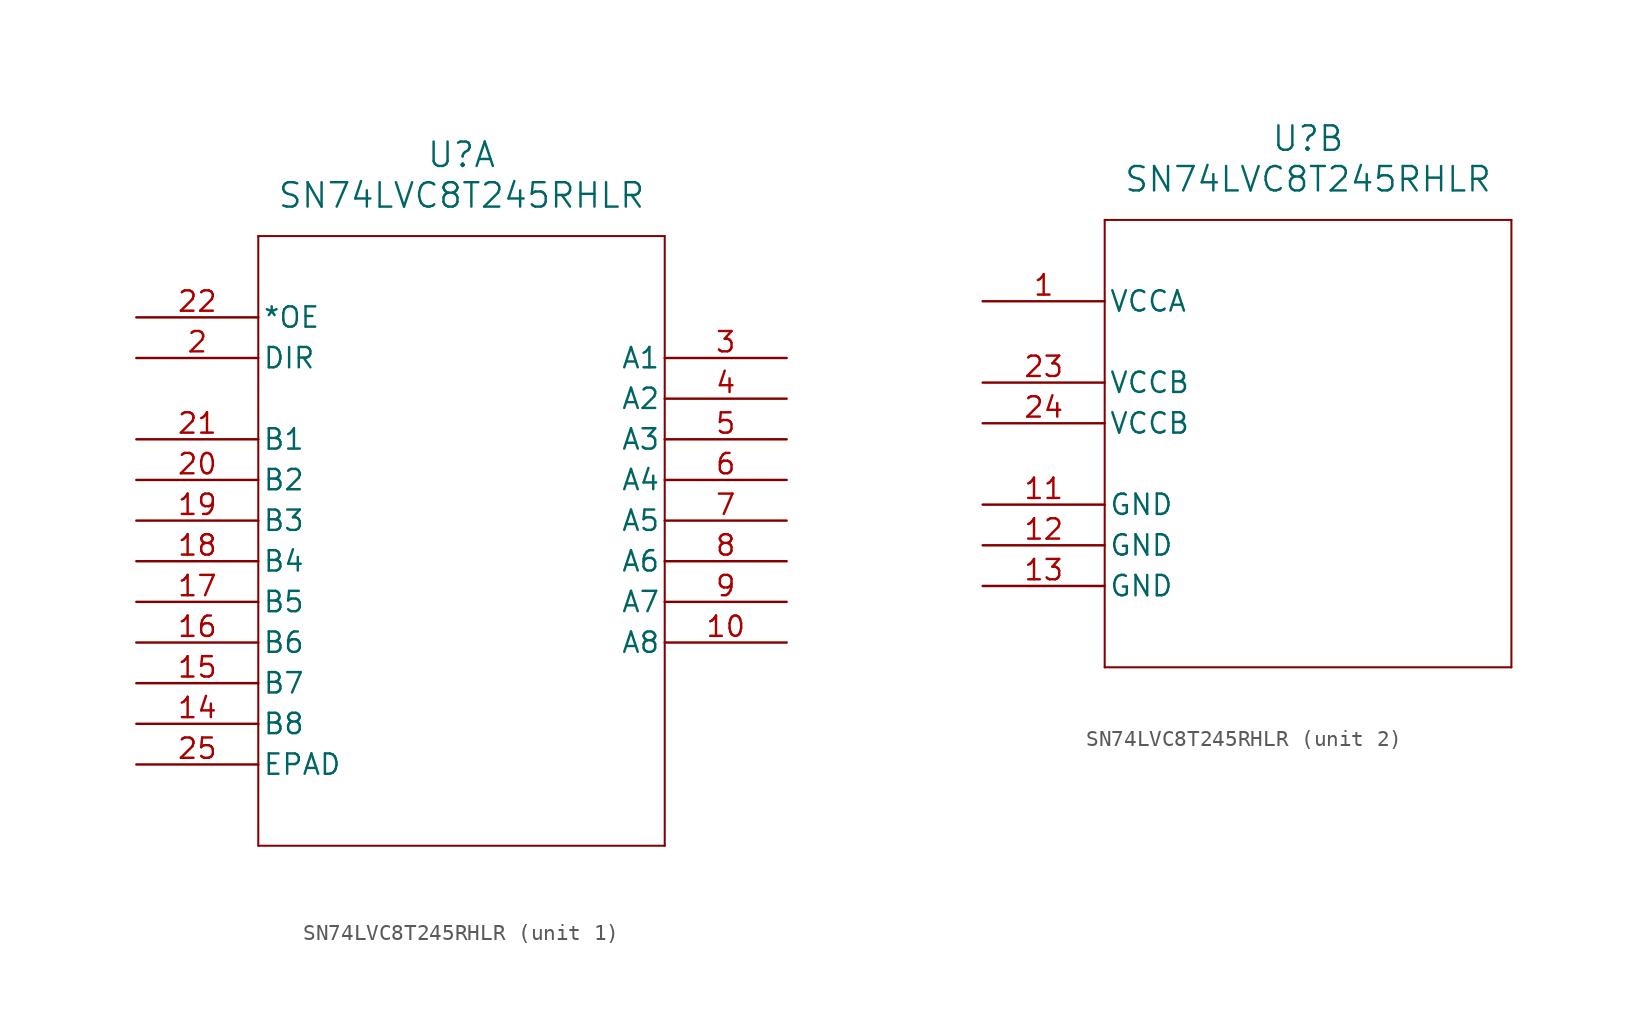
<source format=kicad_sym>
(kicad_symbol_lib
  (version 20211014)
  (generator kicad_symbol_editor)
  (symbol "SN74LVC8T245RHLR"
    (pin_names
      (offset 0.254))
    (property "Reference" "U"
      (at 20.32 10.16 0)
      (effects (font (size 1.524 1.524))))
    (property "Value" "SN74LVC8T245RHLR"
      (at 20.32 7.62 0)
      (effects (font (size 1.524 1.524))))
    (symbol "SN74LVC8T245RHLR_1_1"
      (polyline (pts (xy 7.62 5.08) (xy 7.62 -33.02)) (stroke (width 0.127) (type default) (color 0 0 0 0)) (fill (type none)))
      (polyline (pts (xy 7.62 -33.02) (xy 33.02 -33.02)) (stroke (width 0.127) (type default) (color 0 0 0 0)) (fill (type none)))
      (polyline (pts (xy 33.02 -33.02) (xy 33.02 5.08)) (stroke (width 0.127) (type default) (color 0 0 0 0)) (fill (type none)))
      (polyline (pts (xy 33.02 5.08) (xy 7.62 5.08)) (stroke (width 0.127) (type default) (color 0 0 0 0)) (fill (type none)))
      (pin input line (at 0 -2.54 0) (length 7.62) (name "DIR" (effects (font (size 1.27 1.27)))) (number "2" (effects (font (size 1.27 1.27)))))
      (pin bidirectional line (at 40.64 -2.54 180) (length 7.62) (name "A1" (effects (font (size 1.27 1.27)))) (number "3" (effects (font (size 1.27 1.27)))))
      (pin bidirectional line (at 40.64 -5.08 180) (length 7.62) (name "A2" (effects (font (size 1.27 1.27)))) (number "4" (effects (font (size 1.27 1.27)))))
      (pin bidirectional line (at 40.64 -7.62 180) (length 7.62) (name "A3" (effects (font (size 1.27 1.27)))) (number "5" (effects (font (size 1.27 1.27)))))
      (pin bidirectional line (at 40.64 -10.16 180) (length 7.62) (name "A4" (effects (font (size 1.27 1.27)))) (number "6" (effects (font (size 1.27 1.27)))))
      (pin bidirectional line (at 40.64 -12.7 180) (length 7.62) (name "A5" (effects (font (size 1.27 1.27)))) (number "7" (effects (font (size 1.27 1.27)))))
      (pin bidirectional line (at 40.64 -15.24 180) (length 7.62) (name "A6" (effects (font (size 1.27 1.27)))) (number "8" (effects (font (size 1.27 1.27)))))
      (pin bidirectional line (at 40.64 -17.78 180) (length 7.62) (name "A7" (effects (font (size 1.27 1.27)))) (number "9" (effects (font (size 1.27 1.27)))))
      (pin bidirectional line (at 40.64 -20.32 180) (length 7.62) (name "A8" (effects (font (size 1.27 1.27)))) (number "10" (effects (font (size 1.27 1.27)))))
      (pin bidirectional line (at 0 -25.4 0) (length 7.62) (name "B8" (effects (font (size 1.27 1.27)))) (number "14" (effects (font (size 1.27 1.27)))))
      (pin bidirectional line (at 0 -22.86 0) (length 7.62) (name "B7" (effects (font (size 1.27 1.27)))) (number "15" (effects (font (size 1.27 1.27)))))
      (pin bidirectional line (at 0 -20.32 0) (length 7.62) (name "B6" (effects (font (size 1.27 1.27)))) (number "16" (effects (font (size 1.27 1.27)))))
      (pin bidirectional line (at 0 -17.78 0) (length 7.62) (name "B5" (effects (font (size 1.27 1.27)))) (number "17" (effects (font (size 1.27 1.27)))))
      (pin bidirectional line (at 0 -15.24 0) (length 7.62) (name "B4" (effects (font (size 1.27 1.27)))) (number "18" (effects (font (size 1.27 1.27)))))
      (pin bidirectional line (at 0 -12.7 0) (length 7.62) (name "B3" (effects (font (size 1.27 1.27)))) (number "19" (effects (font (size 1.27 1.27)))))
      (pin bidirectional line (at 0 -10.16 0) (length 7.62) (name "B2" (effects (font (size 1.27 1.27)))) (number "20" (effects (font (size 1.27 1.27)))))
      (pin bidirectional line (at 0 -7.62 0) (length 7.62) (name "B1" (effects (font (size 1.27 1.27)))) (number "21" (effects (font (size 1.27 1.27)))))
      (pin input line (at 0 0 0) (length 7.62) (name "*OE" (effects (font (size 1.27 1.27)))) (number "22" (effects (font (size 1.27 1.27)))))
      (pin unspecified line (at 0 -27.94 0) (length 7.62) (name "EPAD" (effects (font (size 1.27 1.27)))) (number "25" (effects (font (size 1.27 1.27))))))
    (symbol "SN74LVC8T245RHLR_2_1"
      (polyline (pts (xy 7.62 5.08) (xy 7.62 -22.86)) (stroke (width 0.127) (type default) (color 0 0 0 0)) (fill (type none)))
      (polyline (pts (xy 7.62 -22.86) (xy 33.02 -22.86)) (stroke (width 0.127) (type default) (color 0 0 0 0)) (fill (type none)))
      (polyline (pts (xy 33.02 -22.86) (xy 33.02 5.08)) (stroke (width 0.127) (type default) (color 0 0 0 0)) (fill (type none)))
      (polyline (pts (xy 33.02 5.08) (xy 7.62 5.08)) (stroke (width 0.127) (type default) (color 0 0 0 0)) (fill (type none)))
      (pin power_in line (at 0 0 0) (length 7.62) (name "VCCA" (effects (font (size 1.27 1.27)))) (number "1" (effects (font (size 1.27 1.27)))))
      (pin power_in line (at 0 -12.7 0) (length 7.62) (name "GND" (effects (font (size 1.27 1.27)))) (number "11" (effects (font (size 1.27 1.27)))))
      (pin power_in line (at 0 -15.24 0) (length 7.62) (name "GND" (effects (font (size 1.27 1.27)))) (number "12" (effects (font (size 1.27 1.27)))))
      (pin power_in line (at 0 -17.78 0) (length 7.62) (name "GND" (effects (font (size 1.27 1.27)))) (number "13" (effects (font (size 1.27 1.27)))))
      (pin power_in line (at 0 -5.08 0) (length 7.62) (name "VCCB" (effects (font (size 1.27 1.27)))) (number "23" (effects (font (size 1.27 1.27)))))
      (pin power_in line (at 0 -7.62 0) (length 7.62) (name "VCCB" (effects (font (size 1.27 1.27)))) (number "24" (effects (font (size 1.27 1.27))))))))
</source>
